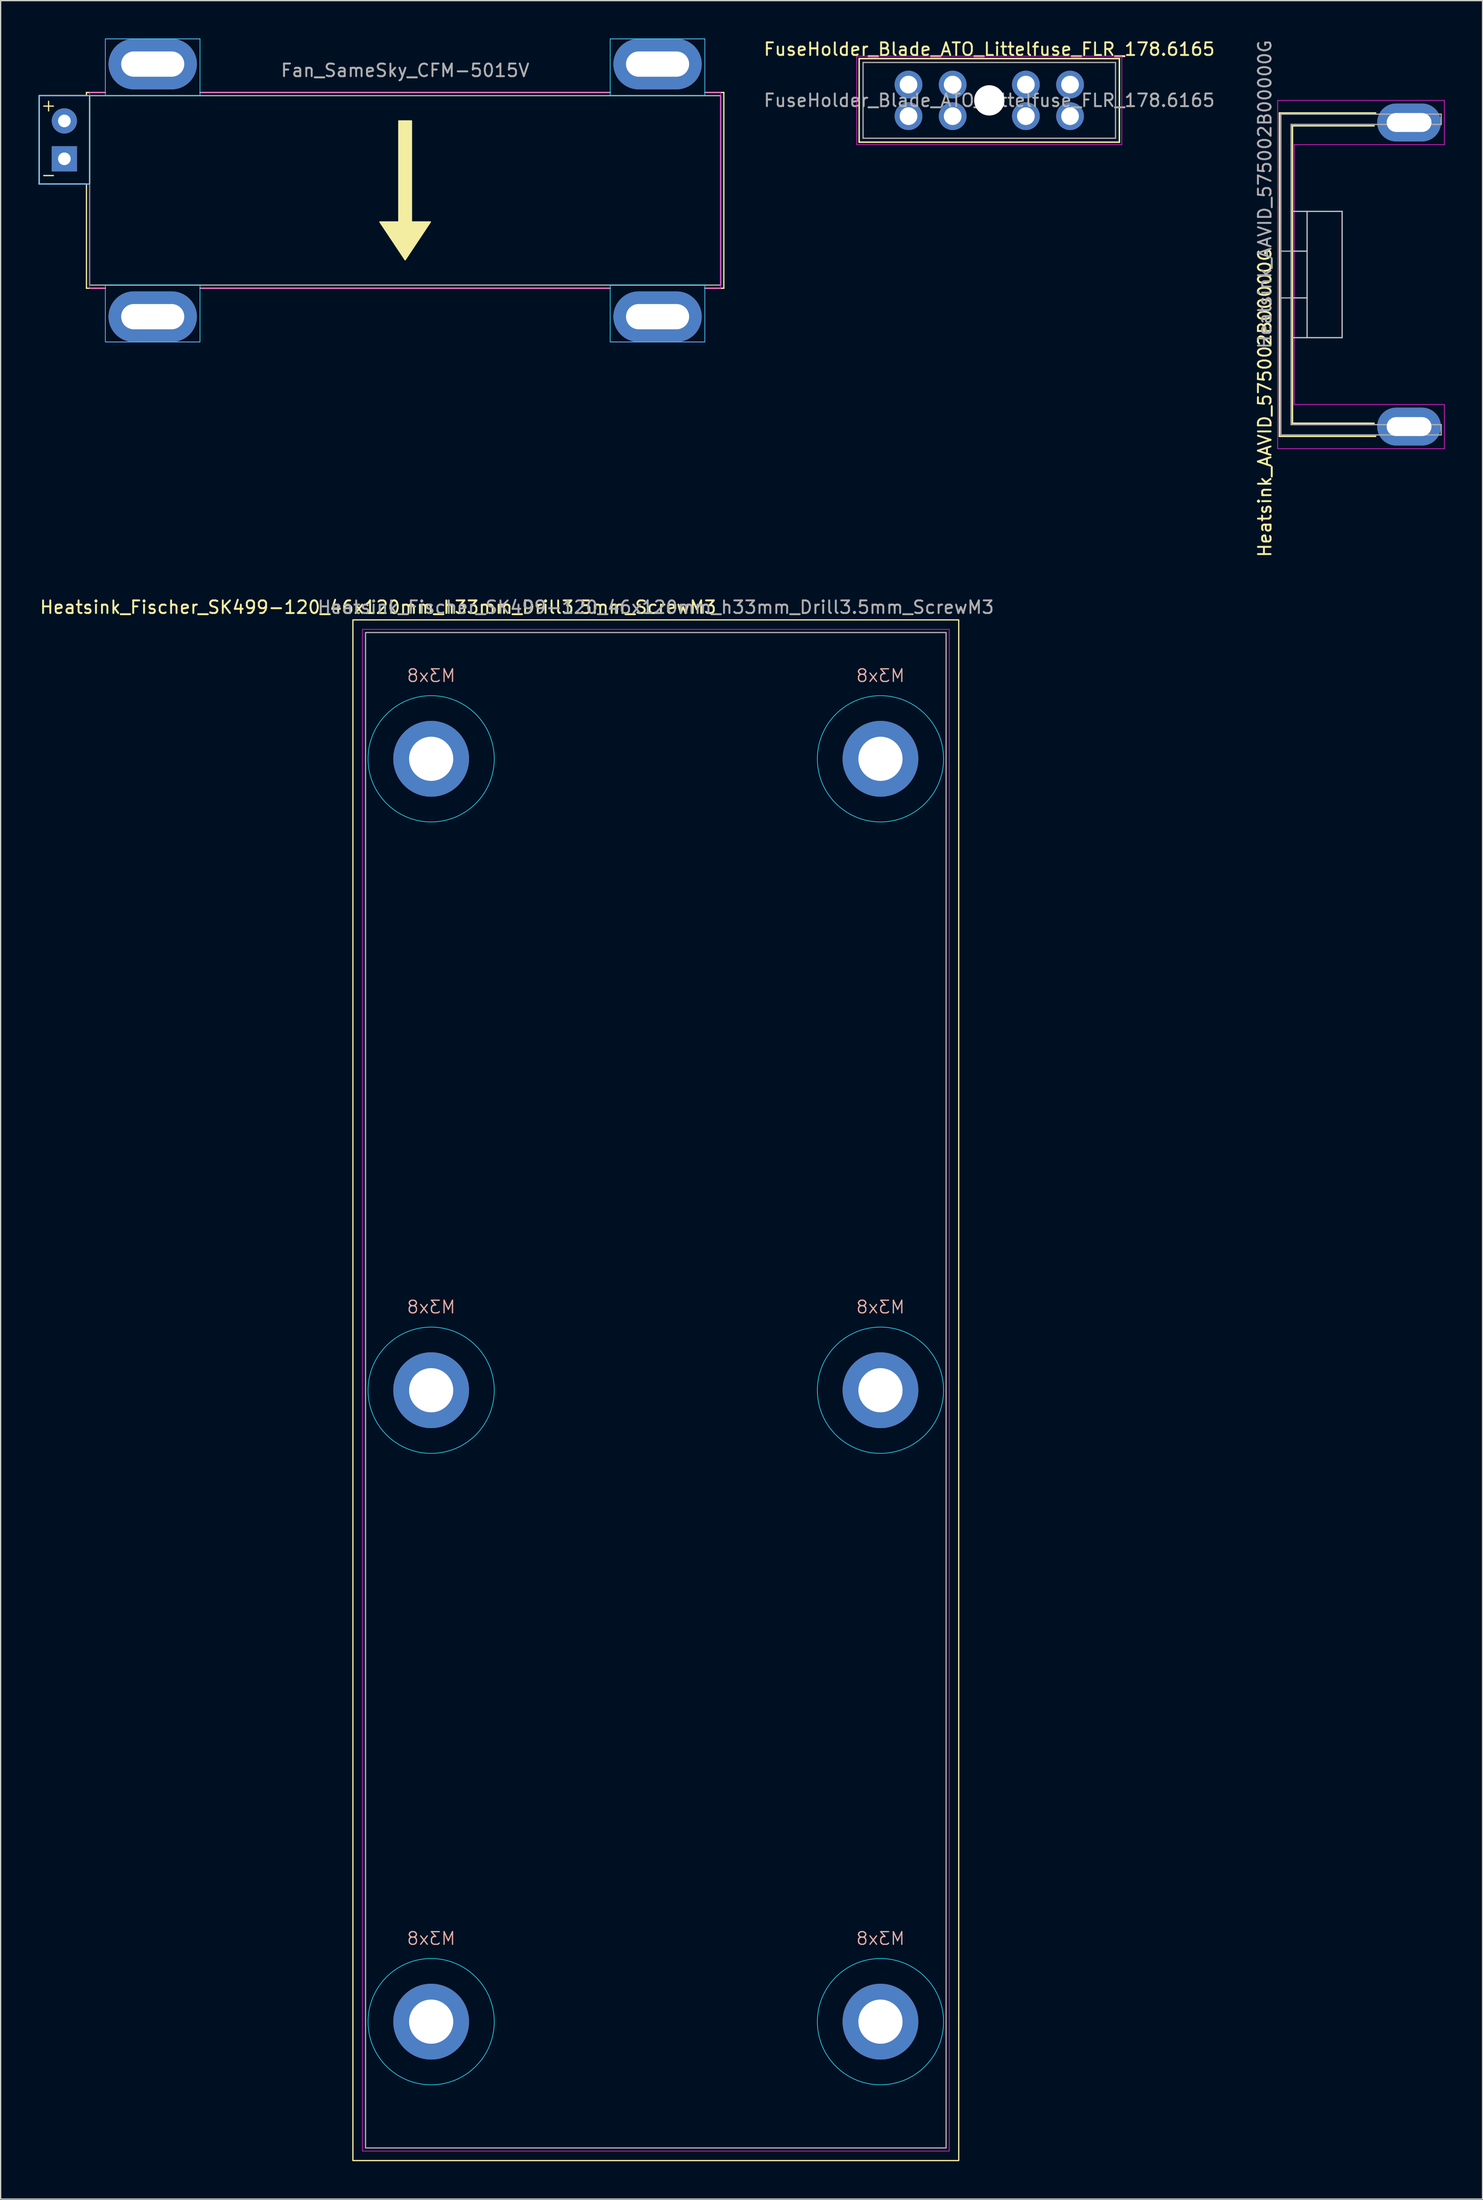
<source format=kicad_pcb>
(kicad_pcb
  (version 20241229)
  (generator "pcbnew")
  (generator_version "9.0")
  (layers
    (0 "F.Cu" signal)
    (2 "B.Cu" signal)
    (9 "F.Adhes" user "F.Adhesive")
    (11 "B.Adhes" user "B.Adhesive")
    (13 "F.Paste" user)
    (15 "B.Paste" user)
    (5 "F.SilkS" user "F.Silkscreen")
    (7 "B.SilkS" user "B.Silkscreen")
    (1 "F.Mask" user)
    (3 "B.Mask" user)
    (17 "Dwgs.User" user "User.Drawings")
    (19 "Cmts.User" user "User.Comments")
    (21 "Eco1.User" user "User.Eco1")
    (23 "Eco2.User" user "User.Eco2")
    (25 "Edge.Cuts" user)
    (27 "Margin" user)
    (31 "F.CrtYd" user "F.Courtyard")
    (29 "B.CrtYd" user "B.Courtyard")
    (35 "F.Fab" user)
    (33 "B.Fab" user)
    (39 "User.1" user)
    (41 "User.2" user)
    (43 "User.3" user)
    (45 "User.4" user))
  (footprint "Fan_SameSky_CFM-5015V"
    (layer "F.Cu")
    (at 29.05 4.525)
    (property "Reference" "Fan_SameSky_CFM-5015V" (at 0 -2 0) (unlocked yes) (layer "F.SilkS") (effects (font (size 1 1) (thickness 0.1))))
    (attr through_hole)
    (fp_line (start -29 0) (end -29 7) (stroke (width 0.1) (type default)) (layer "F.SilkS"))
    (fp_line (start -29 7) (end -25.25 7) (stroke (width 0.1) (type default)) (layer "F.SilkS"))
    (fp_line (start -25.25 -0.25) (end -25.25 0) (stroke (width 0.1) (type default)) (layer "F.SilkS"))
    (fp_line (start -25.25 0) (end -29 0) (stroke (width 0.1) (type default)) (layer "F.SilkS"))
    (fp_line (start -25.25 7) (end -25.25 15.25) (stroke (width 0.1) (type default)) (layer "F.SilkS"))
    (fp_line (start -23.75 -0.25) (end -25.25 -0.25) (stroke (width 0.1) (type default)) (layer "F.SilkS"))
    (fp_line (start -23.75 15.25) (end -25.25 15.25) (stroke (width 0.1) (type default)) (layer "F.SilkS"))
    (fp_line (start 16.25 -0.25) (end -16.25 -0.25) (stroke (width 0.1) (type default)) (layer "F.SilkS"))
    (fp_line (start 16.25 15.25) (end -16.25 15.25) (stroke (width 0.1) (type default)) (layer "F.SilkS"))
    (fp_line (start 23.75 -0.25) (end 25.25 -0.25) (stroke (width 0.1) (type default)) (layer "F.SilkS"))
    (fp_line (start 23.75 15.25) (end 25.25 15.25) (stroke (width 0.1) (type default)) (layer "F.SilkS"))
    (fp_line (start 25.25 -0.25) (end 25.25 15.25) (stroke (width 0.1) (type default)) (layer "F.SilkS"))
    (fp_poly (pts (xy -0.5 2) (xy 0.5 2) (xy 0.5 10) (xy 2 10) (xy 0 13) (xy -2 10) (xy -0.5 10)) (stroke (width 0.1) (type solid)) (fill yes) (layer "F.SilkS"))
    (fp_rect (start -29 0) (end -25 7) (stroke (width 0.05) (type default)) (fill no) (layer "B.CrtYd"))
    (fp_rect (start -23.75 -4.5) (end -16.25 0) (stroke (width 0.05) (type default)) (fill no) (layer "B.CrtYd"))
    (fp_rect (start -23.75 15) (end -16.25 19.5) (stroke (width 0.05) (type default)) (fill no) (layer "B.CrtYd"))
    (fp_rect (start 16.25 -4.5) (end 23.75 0) (stroke (width 0.05) (type default)) (fill no) (layer "B.CrtYd"))
    (fp_rect (start 16.25 15) (end 23.75 19.5) (stroke (width 0.05) (type default)) (fill no) (layer "B.CrtYd"))
    (fp_line (start -29 0) (end -29 7) (stroke (width 0.05) (type default)) (layer "F.CrtYd"))
    (fp_line (start -29 7) (end -25 7) (stroke (width 0.05) (type default)) (layer "F.CrtYd"))
    (fp_line (start -25 -0.25) (end -25 0) (stroke (width 0.05) (type default)) (layer "F.CrtYd"))
    (fp_line (start -25 -0.25) (end -23.75 -0.25) (stroke (width 0.05) (type default)) (layer "F.CrtYd"))
    (fp_line (start -25 0) (end -29 0) (stroke (width 0.05) (type default)) (layer "F.CrtYd"))
    (fp_line (start -25 7) (end -25 15.25) (stroke (width 0.05) (type default)) (layer "F.CrtYd"))
    (fp_line (start -23.75 -4.5) (end -16.25 -4.5) (stroke (width 0.05) (type default)) (layer "F.CrtYd"))
    (fp_line (start -23.75 -0.25) (end -23.75 -4.5) (stroke (width 0.05) (type default)) (layer "F.CrtYd"))
    (fp_line (start -23.75 15.25) (end -25 15.25) (stroke (width 0.05) (type default)) (layer "F.CrtYd"))
    (fp_line (start -23.75 19.5) (end -23.75 15.25) (stroke (width 0.05) (type default)) (layer "F.CrtYd"))
    (fp_line (start -16.25 -4.5) (end -16.25 -0.25) (stroke (width 0.05) (type default)) (layer "F.CrtYd"))
    (fp_line (start -16.25 -0.25) (end 16.25 -0.25) (stroke (width 0.05) (type default)) (layer "F.CrtYd"))
    (fp_line (start -16.25 15.25) (end -16.25 19.5) (stroke (width 0.05) (type default)) (layer "F.CrtYd"))
    (fp_line (start -16.25 19.5) (end -23.75 19.5) (stroke (width 0.05) (type default)) (layer "F.CrtYd"))
    (fp_line (start 16.25 -4.5) (end 23.75 -4.5) (stroke (width 0.05) (type default)) (layer "F.CrtYd"))
    (fp_line (start 16.25 -0.25) (end 16.25 -4.5) (stroke (width 0.05) (type default)) (layer "F.CrtYd"))
    (fp_line (start 16.25 15.25) (end -16.25 15.25) (stroke (width 0.05) (type default)) (layer "F.CrtYd"))
    (fp_line (start 16.25 19.5) (end 16.25 15.25) (stroke (width 0.05) (type default)) (layer "F.CrtYd"))
    (fp_line (start 23.75 -4.5) (end 23.75 -0.25) (stroke (width 0.05) (type default)) (layer "F.CrtYd"))
    (fp_line (start 23.75 15.25) (end 23.75 19.5) (stroke (width 0.05) (type default)) (layer "F.CrtYd"))
    (fp_line (start 23.75 19.5) (end 16.25 19.5) (stroke (width 0.05) (type default)) (layer "F.CrtYd"))
    (fp_line (start 25 -0.25) (end 23.75 -0.25) (stroke (width 0.05) (type default)) (layer "F.CrtYd"))
    (fp_line (start 25 15.25) (end 23.75 15.25) (stroke (width 0.05) (type default)) (layer "F.CrtYd"))
    (fp_line (start 25 15.25) (end 25 -0.25) (stroke (width 0.05) (type default)) (layer "F.CrtYd"))
    (fp_rect (start -29 0) (end -25 7) (stroke (width 0.1) (type default)) (fill no) (layer "F.Fab"))
    (fp_rect (start -25 0) (end 25 15) (stroke (width 0.1) (type default)) (fill no) (layer "F.Fab"))
    (fp_text user "+" (at -28.25 0.75 0) (unlocked yes) (layer "F.SilkS") (effects (font (size 1 1) (thickness 0.1))))
    (fp_text user "-" (at -28.25 6.25 0) (unlocked yes) (layer "F.SilkS") (effects (font (size 1 1) (thickness 0.1))))
    (fp_text user "${REFERENCE}" (at 0 -2 0) (unlocked yes) (layer "F.Fab") (effects (font (size 1 1) (thickness 0.15))))
    (pad "" np_thru_hole oval (at -20 -2.5) (size 7 4) (drill oval 5 2) (layers "*.Cu" "*.Mask"))
    (pad "" np_thru_hole oval (at -20 17.5) (size 7 4) (drill oval 5 2) (layers "*.Cu" "*.Mask"))
    (pad "" np_thru_hole oval (at 20 -2.5) (size 7 4) (drill oval 5 2) (layers "*.Cu" "*.Mask"))
    (pad "" np_thru_hole oval (at 20 17.5) (size 7 4) (drill oval 5 2) (layers "*.Cu" "*.Mask"))
    (pad "1" thru_hole circle (at -27 2) (size 2 2) (drill 1) (layers "*.Cu" "*.Mask"))
    (pad "2" thru_hole rect (at -27 5) (size 2 2) (drill 1) (layers "*.Cu" "*.Mask")))
  (footprint "Heatsink_Fischer_SK499-120_46x120mm_h33mm_Drill3.5mm_ScrewM3"
    (layer "F.Cu")
    (at 48.911 47.037)
    (property "Reference" "Heatsink_Fischer_SK499-120_46x120mm_h33mm_Drill3.5mm_ScrewM3" (at -22 -2 0) (layer "F.SilkS") (effects (font (size 1 1) (thickness 0.15))))
    (attr through_hole)
    (fp_rect (start -24 -1) (end 24 121) (stroke (width 0.1) (type default)) (fill no) (layer "F.SilkS"))
    (fp_circle (center -17.8 10) (end -12.8 10) (stroke (width 0.05) (type default)) (fill no) (layer "B.CrtYd"))
    (fp_circle (center -17.8 60) (end -12.8 60) (stroke (width 0.05) (type default)) (fill no) (layer "B.CrtYd"))
    (fp_circle (center -17.8 110) (end -12.8 110) (stroke (width 0.05) (type default)) (fill no) (layer "B.CrtYd"))
    (fp_circle (center 17.8 10) (end 22.8 10) (stroke (width 0.05) (type default)) (fill no) (layer "B.CrtYd"))
    (fp_circle (center 17.8 60) (end 22.8 60) (stroke (width 0.05) (type default)) (fill no) (layer "B.CrtYd"))
    (fp_circle (center 17.8 110) (end 22.8 110) (stroke (width 0.05) (type default)) (fill no) (layer "B.CrtYd"))
    (fp_rect (start -23.25 -0.25) (end 23.25 120.25) (stroke (width 0.05) (type default)) (fill no) (layer "F.CrtYd"))
    (fp_rect (start -23 0) (end 23 120) (stroke (width 0.1) (type default)) (fill no) (layer "F.Fab"))
    (fp_text user "M3x8" (at 17.8 4 0) (unlocked yes) (layer "B.SilkS") (effects (font (size 1 1) (thickness 0.1)) (justify bottom mirror)))
    (fp_text user "M3x8" (at -17.8 4 0) (unlocked yes) (layer "B.SilkS") (effects (font (size 1 1) (thickness 0.1)) (justify bottom mirror)))
    (fp_text user "M3x8" (at -17.8 54 0) (unlocked yes) (layer "B.SilkS") (effects (font (size 1 1) (thickness 0.1)) (justify bottom mirror)))
    (fp_text user "M3x8" (at -17.8 104 0) (unlocked yes) (layer "B.SilkS") (effects (font (size 1 1) (thickness 0.1)) (justify bottom mirror)))
    (fp_text user "M3x8" (at 17.8 54 0) (unlocked yes) (layer "B.SilkS") (effects (font (size 1 1) (thickness 0.1)) (justify bottom mirror)))
    (fp_text user "M3x8" (at 17.8 104 0) (unlocked yes) (layer "B.SilkS") (effects (font (size 1 1) (thickness 0.1)) (justify bottom mirror)))
    (fp_text user "${REFERENCE}" (at 0 -2 0) (layer "F.Fab") (effects (font (size 1 1) (thickness 0.15))))
    (pad "1" thru_hole circle (at -17.8 10 180) (size 6 6) (drill 3.5) (layers "*.Cu" "*.Mask"))
    (pad "1" thru_hole circle (at -17.8 60 180) (size 6 6) (drill 3.5) (layers "*.Cu" "*.Mask"))
    (pad "1" thru_hole circle (at -17.8 110 180) (size 6 6) (drill 3.5) (layers "*.Cu" "*.Mask"))
    (pad "1" thru_hole circle (at 17.8 10) (size 6 6) (drill 3.5) (layers "*.Cu" "*.Mask"))
    (pad "1" thru_hole circle (at 17.8 60) (size 6 6) (drill 3.5) (layers "*.Cu" "*.Mask"))
    (pad "1" thru_hole circle (at 17.8 110) (size 6 6) (drill 3.5) (layers "*.Cu" "*.Mask")))
  (footprint "FuseHolder_Blade_ATO_Littelfuse_FLR_178.6165"
    (layer "F.Cu")
    (at 68.932 3.648)
    (property "Reference" "FuseHolder_Blade_ATO_Littelfuse_FLR_178.6165" (at 6.4 -2.8 0) (layer "F.SilkS") (effects (font (size 1 1) (thickness 0.15))))
    (attr through_hole)
    (fp_line (start -3.91 -2.06) (end 16.71 -2.06) (stroke (width 0.12) (type solid)) (layer "F.SilkS"))
    (fp_line (start -3.91 4.56) (end -3.91 -2.06) (stroke (width 0.12) (type solid)) (layer "F.SilkS"))
    (fp_line (start 16.71 -2.06) (end 16.71 4.56) (stroke (width 0.12) (type solid)) (layer "F.SilkS"))
    (fp_line (start 16.71 4.56) (end -3.91 4.56) (stroke (width 0.12) (type solid)) (layer "F.SilkS"))
    (fp_line (start -4.1 -2.25) (end 16.9 -2.25) (stroke (width 0.05) (type default)) (layer "F.CrtYd"))
    (fp_line (start -4.1 4.75) (end -4.1 -2.25) (stroke (width 0.05) (type default)) (layer "F.CrtYd"))
    (fp_line (start 16.9 -2.25) (end 16.9 4.75) (stroke (width 0.05) (type default)) (layer "F.CrtYd"))
    (fp_line (start 16.9 4.75) (end -4.1 4.75) (stroke (width 0.05) (type default)) (layer "F.CrtYd"))
    (fp_line (start -3.6 -1.75) (end 16.4 -1.75) (stroke (width 0.1) (type solid)) (layer "F.Fab"))
    (fp_line (start -3.6 4.25) (end -3.6 -1.75) (stroke (width 0.1) (type solid)) (layer "F.Fab"))
    (fp_line (start 16.4 -1.75) (end 16.4 4.25) (stroke (width 0.1) (type solid)) (layer "F.Fab"))
    (fp_line (start 16.4 4.25) (end -3.6 4.25) (stroke (width 0.1) (type solid)) (layer "F.Fab"))
    (fp_text user "${REFERENCE}" (at 6.4 1.25 0) (layer "F.Fab") (effects (font (size 1 1) (thickness 0.15))))
    (pad "" np_thru_hole circle (at 6.4 1.25) (size 2.4 2.4) (drill 2.4) (layers "*.Cu" "*.Mask"))
    (pad "1" thru_hole circle (at 0 0) (size 2.2 2.2) (drill 1.4) (layers "*.Cu" "*.Mask"))
    (pad "1" thru_hole circle (at 0 2.5) (size 2.2 2.2) (drill 1.4) (layers "*.Cu" "*.Mask"))
    (pad "1" thru_hole circle (at 3.5 0) (size 2.2 2.2) (drill 1.4) (layers "*.Cu" "*.Mask"))
    (pad "1" thru_hole circle (at 3.5 2.5) (size 2.2 2.2) (drill 1.4) (layers "*.Cu" "*.Mask"))
    (pad "2" thru_hole circle (at 9.3 0) (size 2.2 2.2) (drill 1.4) (layers "*.Cu" "*.Mask"))
    (pad "2" thru_hole circle (at 9.3 2.5) (size 2.2 2.2) (drill 1.4) (layers "*.Cu" "*.Mask"))
    (pad "2" thru_hole circle (at 12.8 0) (size 2.2 2.2) (drill 1.4) (layers "*.Cu" "*.Mask"))
    (pad "2" thru_hole circle (at 12.8 2.5) (size 2.2 2.2) (drill 1.4) (layers "*.Cu" "*.Mask")))
  (footprint "Heatsink_AAVID_575002B00000G"
    (layer "F.Cu")
    (at 98.438 18.689)
    (property "Reference" "Heatsink_AAVID_575002B00000G" (at -1.275 10.16 90) (layer "F.SilkS") (effects (font (size 1 1) (thickness 0.15))))
    (attr through_hole)
    (fp_line (start -0.115 -12.79) (end -0.115 12.81) (stroke (width 0.12) (type solid)) (layer "F.SilkS"))
    (fp_line (start -0.115 -12.79) (end 7.505 -12.79) (stroke (width 0.12) (type solid)) (layer "F.SilkS"))
    (fp_line (start -0.115 12.81) (end 7.505 12.81) (stroke (width 0.12) (type solid)) (layer "F.SilkS"))
    (fp_line (start 0.915 -11.78) (end 0.915 11.78) (stroke (width 0.12) (type solid)) (layer "F.SilkS"))
    (fp_line (start 0.915 -11.78) (end 7.38 -11.78) (stroke (width 0.12) (type solid)) (layer "F.SilkS"))
    (fp_line (start 0.915 11.78) (end 7.38 11.78) (stroke (width 0.12) (type solid)) (layer "F.SilkS"))
    (fp_line (start 0.805 -1.85) (end 2.075 -1.85) (stroke (width 0.1) (type solid)) (layer "Dwgs.User"))
    (fp_line (start 0.805 1.85) (end 2.075 1.85) (stroke (width 0.1) (type solid)) (layer "Dwgs.User"))
    (fp_line (start 0.85 -5) (end 4.85 -5) (stroke (width 0.1) (type solid)) (layer "Dwgs.User"))
    (fp_line (start 2.075 -5) (end 2.075 5) (stroke (width 0.1) (type solid)) (layer "Dwgs.User"))
    (fp_line (start 4.85 -5) (end 4.85 5) (stroke (width 0.1) (type solid)) (layer "Dwgs.User"))
    (fp_line (start 4.85 5) (end 0.85 5) (stroke (width 0.1) (type solid)) (layer "Dwgs.User"))
    (fp_line (start -0.255 -13.79) (end -0.255 13.79) (stroke (width 0.05) (type solid)) (layer "F.CrtYd"))
    (fp_line (start -0.255 13.79) (end 12.95 13.79) (stroke (width 0.05) (type solid)) (layer "F.CrtYd"))
    (fp_line (start 1.055 -10.29) (end 1.055 10.29) (stroke (width 0.05) (type solid)) (layer "F.CrtYd"))
    (fp_line (start 1.055 -10.29) (end 12.95 -10.29) (stroke (width 0.05) (type solid)) (layer "F.CrtYd"))
    (fp_line (start 1.055 10.29) (end 12.95 10.29) (stroke (width 0.05) (type solid)) (layer "F.CrtYd"))
    (fp_line (start 12.95 -13.79) (end -0.255 -13.79) (stroke (width 0.05) (type solid)) (layer "F.CrtYd"))
    (fp_line (start 12.95 -13.79) (end 12.95 -10.29) (stroke (width 0.05) (type solid)) (layer "F.CrtYd"))
    (fp_line (start 12.95 10.29) (end 12.95 13.79) (stroke (width 0.05) (type solid)) (layer "F.CrtYd"))
    (fp_line (start -0.005 -12.7) (end -0.005 12.7) (stroke (width 0.1) (type solid)) (layer "F.Fab"))
    (fp_line (start -0.005 -12.7) (end 12.7 -12.7) (stroke (width 0.1) (type solid)) (layer "F.Fab"))
    (fp_line (start 0.005 -1.85) (end 0.805 -1.85) (stroke (width 0.1) (type solid)) (layer "F.Fab"))
    (fp_line (start 0.005 1.85) (end 0.805 1.85) (stroke (width 0.1) (type solid)) (layer "F.Fab"))
    (fp_line (start 0.805 -11.89) (end 0.805 11.89) (stroke (width 0.1) (type solid)) (layer "F.Fab"))
    (fp_line (start 0.805 -11.89) (end 12.7 -11.89) (stroke (width 0.1) (type solid)) (layer "F.Fab"))
    (fp_line (start 12.7 -12.7) (end 12.7 -11.89) (stroke (width 0.1) (type solid)) (layer "F.Fab"))
    (fp_line (start 12.7 11.89) (end 0.805 11.89) (stroke (width 0.1) (type solid)) (layer "F.Fab"))
    (fp_line (start 12.7 11.89) (end 12.7 12.7) (stroke (width 0.1) (type solid)) (layer "F.Fab"))
    (fp_line (start 12.7 12.7) (end 0 12.7) (stroke (width 0.1) (type solid)) (layer "F.Fab"))
    (fp_text user "${REFERENCE}" (at -1.275 -6.35 90) (layer "F.Fab") (effects (font (size 1 1) (thickness 0.15))))
    (pad "1" thru_hole oval (at 10.155 -12.04) (size 5.05 3) (drill oval 3.55 1.5) (layers "*.Cu" "*.Mask"))
    (pad "1" thru_hole oval (at 10.155 12.04) (size 5.05 3) (drill oval 3.55 1.5) (layers "*.Cu" "*.Mask")))
  (gr_rect
    (start -3 -3)
    (end 114.413 171.087)
    (stroke (width 0.1) (type default))
    (fill no)
    (layer "Edge.Cuts")))
</source>
